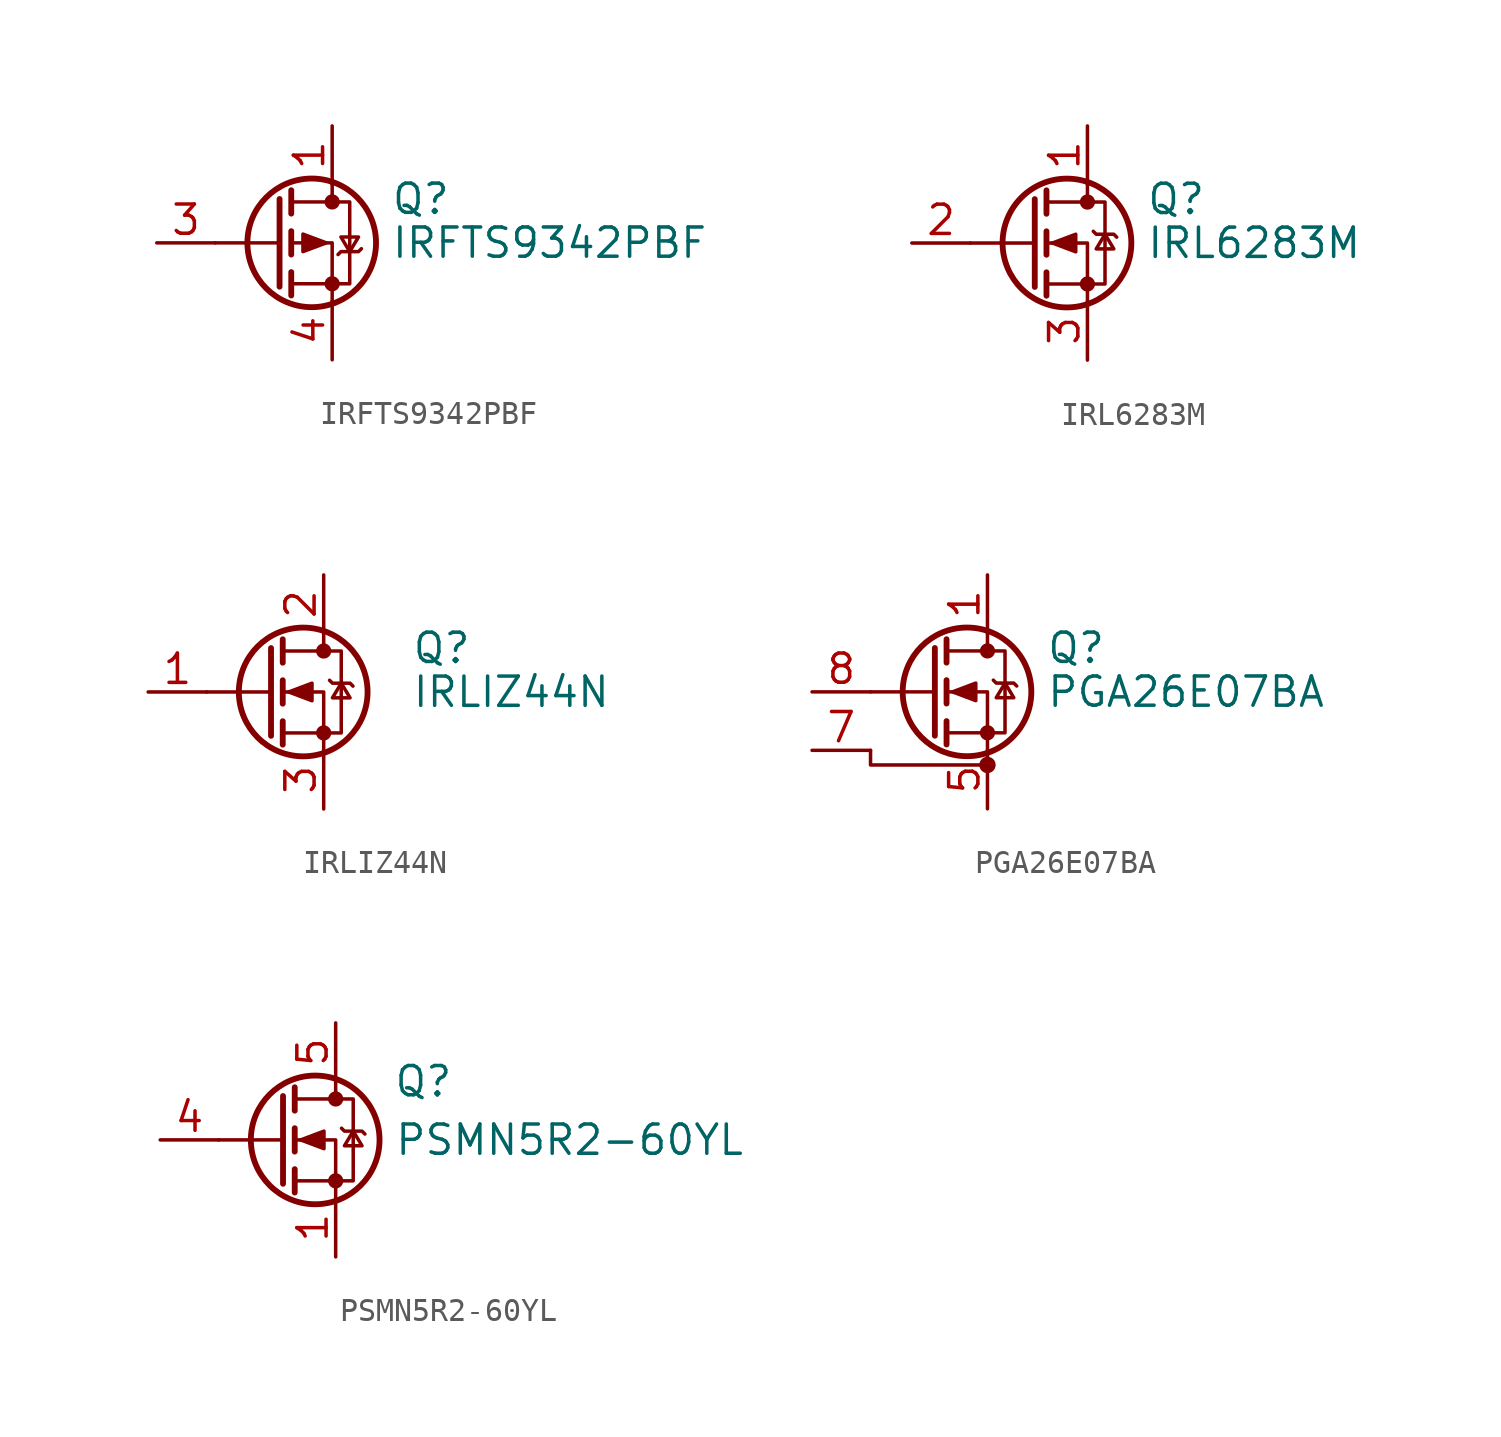
<source format=kicad_sym>
(kicad_symbol_lib
  (version 20220914)
  (generator kicad_symbol_editor)
  (symbol "IRFTS9342PBF"
    (pin_names hide)
    (property "Reference" "Q"
      (at 5.08 1.905 0)
      (effects (font (size 1.27 1.27)) (justify left)))
    (property "Value" "IRFTS9342PBF"
      (at 5.08 0 0)
      (effects (font (size 1.27 1.27)) (justify left)))
    (symbol "IRFTS9342PBF_0_1"
      (polyline (pts (xy 0.254 0) (xy -2.54 0)) (stroke (width 0) (type default)) (fill (type none)))
      (polyline (pts (xy 0.254 1.905) (xy 0.254 -1.905)) (stroke (width 0.254) (type default)) (fill (type none)))
      (polyline (pts (xy 0.762 -1.27) (xy 0.762 -2.286)) (stroke (width 0.254) (type default)) (fill (type none)))
      (polyline (pts (xy 0.762 0.508) (xy 0.762 -0.508)) (stroke (width 0.254) (type default)) (fill (type none)))
      (polyline (pts (xy 0.762 2.286) (xy 0.762 1.27)) (stroke (width 0.254) (type default)) (fill (type none)))
      (polyline (pts (xy 2.54 2.54) (xy 2.54 1.778)) (stroke (width 0) (type default)) (fill (type none)))
      (polyline (pts (xy 2.54 -2.54) (xy 2.54 0) (xy 0.762 0)) (stroke (width 0) (type default)) (fill (type none)))
      (polyline (pts (xy 0.762 1.778) (xy 3.302 1.778) (xy 3.302 -1.778) (xy 0.762 -1.778)) (stroke (width 0) (type default)) (fill (type none)))
      (polyline (pts (xy 2.286 0) (xy 1.27 0.381) (xy 1.27 -0.381) (xy 2.286 0)) (stroke (width 0) (type default)) (fill (type outline)))
      (polyline (pts (xy 2.794 -0.508) (xy 2.921 -0.381) (xy 3.683 -0.381) (xy 3.81 -0.254)) (stroke (width 0) (type default)) (fill (type none)))
      (polyline (pts (xy 3.302 -0.381) (xy 2.921 0.254) (xy 3.683 0.254) (xy 3.302 -0.381)) (stroke (width 0) (type default)) (fill (type none)))
      (circle (center 1.651 0) (radius 2.794) (stroke (width 0.254) (type default)) (fill (type none)))
      (circle (center 2.54 -1.778) (radius 0.254) (stroke (width 0) (type default)) (fill (type outline)))
      (circle (center 2.54 1.778) (radius 0.254) (stroke (width 0) (type default)) (fill (type outline))))
    (symbol "IRFTS9342PBF_1_1"
      (pin passive line (at 2.54 5.08 270) (length 2.54) (name "D" (effects (font (size 1.27 1.27)))) (number "1" (effects (font (size 1.27 1.27)))))
      (pin passive line (at 2.54 5.08 270) (length 2.54) hide (name "D" (effects (font (size 1.27 1.27)))) (number "2" (effects (font (size 1.27 1.27)))))
      (pin input line (at -5.08 0 0) (length 2.54) (name "G" (effects (font (size 1.27 1.27)))) (number "3" (effects (font (size 1.27 1.27)))))
      (pin passive line (at 2.54 -5.08 90) (length 2.54) (name "S" (effects (font (size 1.27 1.27)))) (number "4" (effects (font (size 1.27 1.27)))))
      (pin passive line (at 2.54 5.08 270) (length 2.54) hide (name "D" (effects (font (size 1.27 1.27)))) (number "5" (effects (font (size 1.27 1.27)))))
      (pin passive line (at 2.54 5.08 270) (length 2.54) hide (name "D" (effects (font (size 1.27 1.27)))) (number "6" (effects (font (size 1.27 1.27)))))))
  (symbol "IRL6283M"
    (pin_names hide)
    (property "Reference" "Q"
      (at 5.08 1.905 0)
      (effects (font (size 1.27 1.27)) (justify left)))
    (property "Value" "IRL6283M"
      (at 5.08 0 0)
      (effects (font (size 1.27 1.27)) (justify left)))
    (symbol "IRL6283M_0_1"
      (polyline (pts (xy 0.254 0) (xy -2.54 0)) (stroke (width 0) (type default)) (fill (type none)))
      (polyline (pts (xy 0.254 1.905) (xy 0.254 -1.905)) (stroke (width 0.254) (type default)) (fill (type none)))
      (polyline (pts (xy 0.762 -1.27) (xy 0.762 -2.286)) (stroke (width 0.254) (type default)) (fill (type none)))
      (polyline (pts (xy 0.762 0.508) (xy 0.762 -0.508)) (stroke (width 0.254) (type default)) (fill (type none)))
      (polyline (pts (xy 0.762 2.286) (xy 0.762 1.27)) (stroke (width 0.254) (type default)) (fill (type none)))
      (polyline (pts (xy 2.54 2.54) (xy 2.54 1.778)) (stroke (width 0) (type default)) (fill (type none)))
      (polyline (pts (xy 2.54 -2.54) (xy 2.54 0) (xy 0.762 0)) (stroke (width 0) (type default)) (fill (type none)))
      (polyline (pts (xy 0.762 -1.778) (xy 3.302 -1.778) (xy 3.302 1.778) (xy 0.762 1.778)) (stroke (width 0) (type default)) (fill (type none)))
      (polyline (pts (xy 1.016 0) (xy 2.032 0.381) (xy 2.032 -0.381) (xy 1.016 0)) (stroke (width 0) (type default)) (fill (type outline)))
      (polyline (pts (xy 2.794 0.508) (xy 2.921 0.381) (xy 3.683 0.381) (xy 3.81 0.254)) (stroke (width 0) (type default)) (fill (type none)))
      (polyline (pts (xy 3.302 0.381) (xy 2.921 -0.254) (xy 3.683 -0.254) (xy 3.302 0.381)) (stroke (width 0) (type default)) (fill (type none)))
      (circle (center 1.651 0) (radius 2.794) (stroke (width 0.254) (type default)) (fill (type none)))
      (circle (center 2.54 -1.778) (radius 0.254) (stroke (width 0) (type default)) (fill (type outline)))
      (circle (center 2.54 1.778) (radius 0.254) (stroke (width 0) (type default)) (fill (type outline))))
    (symbol "IRL6283M_1_1"
      (pin passive line (at 2.54 5.08 270) (length 2.54) (name "D" (effects (font (size 1.27 1.27)))) (number "1" (effects (font (size 1.27 1.27)))))
      (pin input line (at -5.08 0 0) (length 2.54) (name "G" (effects (font (size 1.27 1.27)))) (number "2" (effects (font (size 1.27 1.27)))))
      (pin passive line (at 2.54 -5.08 90) (length 2.54) (name "S" (effects (font (size 1.27 1.27)))) (number "3" (effects (font (size 1.27 1.27)))))))
  (symbol "IRLIZ44N"
    (pin_names hide)
    (property "Reference" "Q"
      (at 6.35 1.905 0)
      (effects (font (size 1.27 1.27)) (justify left)))
    (property "Value" "IRLIZ44N"
      (at 6.35 0 0)
      (effects (font (size 1.27 1.27)) (justify left)))
    (symbol "IRLIZ44N_0_1"
      (polyline (pts (xy 0.254 0) (xy -2.54 0)) (stroke (width 0) (type default)) (fill (type none)))
      (polyline (pts (xy 0.254 1.905) (xy 0.254 -1.905)) (stroke (width 0.254) (type default)) (fill (type none)))
      (polyline (pts (xy 0.762 -1.27) (xy 0.762 -2.286)) (stroke (width 0.254) (type default)) (fill (type none)))
      (polyline (pts (xy 0.762 0.508) (xy 0.762 -0.508)) (stroke (width 0.254) (type default)) (fill (type none)))
      (polyline (pts (xy 0.762 2.286) (xy 0.762 1.27)) (stroke (width 0.254) (type default)) (fill (type none)))
      (polyline (pts (xy 2.54 2.54) (xy 2.54 1.778)) (stroke (width 0) (type default)) (fill (type none)))
      (polyline (pts (xy 2.54 -2.54) (xy 2.54 0) (xy 0.762 0)) (stroke (width 0) (type default)) (fill (type none)))
      (polyline (pts (xy 0.762 -1.778) (xy 3.302 -1.778) (xy 3.302 1.778) (xy 0.762 1.778)) (stroke (width 0) (type default)) (fill (type none)))
      (polyline (pts (xy 1.016 0) (xy 2.032 0.381) (xy 2.032 -0.381) (xy 1.016 0)) (stroke (width 0) (type default)) (fill (type outline)))
      (polyline (pts (xy 2.794 0.508) (xy 2.921 0.381) (xy 3.683 0.381) (xy 3.81 0.254)) (stroke (width 0) (type default)) (fill (type none)))
      (polyline (pts (xy 3.302 0.381) (xy 2.921 -0.254) (xy 3.683 -0.254) (xy 3.302 0.381)) (stroke (width 0) (type default)) (fill (type none)))
      (circle (center 1.651 0) (radius 2.794) (stroke (width 0.254) (type default)) (fill (type none)))
      (circle (center 2.54 -1.778) (radius 0.254) (stroke (width 0) (type default)) (fill (type outline)))
      (circle (center 2.54 1.778) (radius 0.254) (stroke (width 0) (type default)) (fill (type outline))))
    (symbol "IRLIZ44N_1_1"
      (pin input line (at -5.08 0 0) (length 2.54) (name "G" (effects (font (size 1.27 1.27)))) (number "1" (effects (font (size 1.27 1.27)))))
      (pin passive line (at 2.54 5.08 270) (length 2.54) (name "D" (effects (font (size 1.27 1.27)))) (number "2" (effects (font (size 1.27 1.27)))))
      (pin passive line (at 2.54 -5.08 90) (length 2.54) (name "S" (effects (font (size 1.27 1.27)))) (number "3" (effects (font (size 1.27 1.27)))))))
  (symbol "PGA26E07BA"
    (pin_names hide)
    (property "Reference" "Q"
      (at 5.08 1.905 0)
      (effects (font (size 1.27 1.27)) (justify left)))
    (property "Value" "PGA26E07BA"
      (at 5.08 0 0)
      (effects (font (size 1.27 1.27)) (justify left)))
    (symbol "PGA26E07BA_0_1"
      (polyline (pts (xy 0.254 0) (xy -2.54 0)) (stroke (width 0) (type default)) (fill (type none)))
      (polyline (pts (xy 0.254 1.905) (xy 0.254 -1.905)) (stroke (width 0.254) (type default)) (fill (type none)))
      (polyline (pts (xy 0.762 -1.27) (xy 0.762 -2.286)) (stroke (width 0.254) (type default)) (fill (type none)))
      (polyline (pts (xy 0.762 0.508) (xy 0.762 -0.508)) (stroke (width 0.254) (type default)) (fill (type none)))
      (polyline (pts (xy 0.762 2.286) (xy 0.762 1.27)) (stroke (width 0.254) (type default)) (fill (type none)))
      (polyline (pts (xy 2.54 2.54) (xy 2.54 1.778)) (stroke (width 0) (type default)) (fill (type none)))
      (polyline (pts (xy -2.54 -2.54) (xy -2.54 -3.175) (xy 2.54 -3.175)) (stroke (width 0) (type default)) (fill (type none)))
      (polyline (pts (xy 2.54 -2.54) (xy 2.54 0) (xy 0.762 0)) (stroke (width 0) (type default)) (fill (type none)))
      (polyline (pts (xy 0.762 -1.778) (xy 3.302 -1.778) (xy 3.302 1.778) (xy 0.762 1.778)) (stroke (width 0) (type default)) (fill (type none)))
      (polyline (pts (xy 1.016 0) (xy 2.032 0.381) (xy 2.032 -0.381) (xy 1.016 0)) (stroke (width 0) (type default)) (fill (type outline)))
      (polyline (pts (xy 2.794 0.508) (xy 2.921 0.381) (xy 3.683 0.381) (xy 3.81 0.254)) (stroke (width 0) (type default)) (fill (type none)))
      (polyline (pts (xy 3.302 0.381) (xy 2.921 -0.254) (xy 3.683 -0.254) (xy 3.302 0.381)) (stroke (width 0) (type default)) (fill (type none)))
      (circle (center 1.651 0) (radius 2.794) (stroke (width 0.254) (type default)) (fill (type none)))
      (circle (center 2.54 -3.175) (radius 0.279) (stroke (width 0) (type default)) (fill (type outline)))
      (circle (center 2.54 -1.778) (radius 0.254) (stroke (width 0) (type default)) (fill (type outline)))
      (circle (center 2.54 1.778) (radius 0.254) (stroke (width 0) (type default)) (fill (type outline))))
    (symbol "PGA26E07BA_1_1"
      (pin passive line (at 2.54 5.08 270) (length 2.54) (name "D" (effects (font (size 1.27 1.27)))) (number "1" (effects (font (size 1.27 1.27)))))
      (pin passive line (at 2.54 5.08 270) (length 2.54) hide (name "D" (effects (font (size 1.27 1.27)))) (number "2" (effects (font (size 1.27 1.27)))))
      (pin passive line (at 2.54 5.08 270) (length 2.54) hide (name "D" (effects (font (size 1.27 1.27)))) (number "3" (effects (font (size 1.27 1.27)))))
      (pin passive line (at 2.54 5.08 270) (length 2.54) hide (name "D" (effects (font (size 1.27 1.27)))) (number "4" (effects (font (size 1.27 1.27)))))
      (pin passive line (at 2.54 -5.08 90) (length 2.54) (name "S2" (effects (font (size 1.27 1.27)))) (number "5" (effects (font (size 1.27 1.27)))))
      (pin passive line (at 2.54 -5.08 90) (length 2.54) hide (name "S2" (effects (font (size 1.27 1.27)))) (number "6" (effects (font (size 1.27 1.27)))))
      (pin passive line (at -5.08 -2.54 0) (length 2.54) (name "S1" (effects (font (size 1.27 1.27)))) (number "7" (effects (font (size 1.27 1.27)))))
      (pin input line (at -5.08 0 0) (length 2.54) (name "G" (effects (font (size 1.27 1.27)))) (number "8" (effects (font (size 1.27 1.27)))))
      (pin passive line (at 2.54 -5.08 90) (length 2.54) hide (name "S2" (effects (font (size 1.27 1.27)))) (number "9" (effects (font (size 1.27 1.27)))))))
  (symbol "PSMN5R2-60YL"
    (pin_names hide)
    (property "Reference" "Q"
      (at 6.35 2.54 0)
      (effects (font (size 1.27 1.27))))
    (property "Value" "PSMN5R2-60YL"
      (at 12.7 0 0)
      (effects (font (size 1.27 1.27))))
    (symbol "PSMN5R2-60YL_0_1"
      (polyline (pts (xy 0.254 0) (xy -2.54 0)) (stroke (width 0) (type default)) (fill (type none)))
      (polyline (pts (xy 0.254 1.905) (xy 0.254 -1.905)) (stroke (width 0.254) (type default)) (fill (type none)))
      (polyline (pts (xy 0.762 -1.27) (xy 0.762 -2.286)) (stroke (width 0.254) (type default)) (fill (type none)))
      (polyline (pts (xy 0.762 0.508) (xy 0.762 -0.508)) (stroke (width 0.254) (type default)) (fill (type none)))
      (polyline (pts (xy 0.762 2.286) (xy 0.762 1.27)) (stroke (width 0.254) (type default)) (fill (type none)))
      (polyline (pts (xy 2.54 2.54) (xy 2.54 1.778)) (stroke (width 0) (type default)) (fill (type none)))
      (polyline (pts (xy 2.54 -2.54) (xy 2.54 0) (xy 0.762 0)) (stroke (width 0) (type default)) (fill (type none)))
      (polyline (pts (xy 0.762 -1.778) (xy 3.302 -1.778) (xy 3.302 1.778) (xy 0.762 1.778)) (stroke (width 0) (type default)) (fill (type none)))
      (polyline (pts (xy 1.016 0) (xy 2.032 0.381) (xy 2.032 -0.381) (xy 1.016 0)) (stroke (width 0) (type default)) (fill (type outline)))
      (polyline (pts (xy 2.794 0.508) (xy 2.921 0.381) (xy 3.683 0.381) (xy 3.81 0.254)) (stroke (width 0) (type default)) (fill (type none)))
      (polyline (pts (xy 3.302 0.381) (xy 2.921 -0.254) (xy 3.683 -0.254) (xy 3.302 0.381)) (stroke (width 0) (type default)) (fill (type none)))
      (circle (center 1.651 0) (radius 2.794) (stroke (width 0.254) (type default)) (fill (type none)))
      (circle (center 2.54 -1.778) (radius 0.254) (stroke (width 0) (type default)) (fill (type outline)))
      (circle (center 2.54 1.778) (radius 0.254) (stroke (width 0) (type default)) (fill (type outline))))
    (symbol "PSMN5R2-60YL_1_1"
      (pin passive line (at 2.54 -5.08 90) (length 2.54) (name "S" (effects (font (size 1.27 1.27)))) (number "1" (effects (font (size 1.27 1.27)))))
      (pin passive line (at 2.54 -5.08 90) (length 2.54) hide (name "S" (effects (font (size 1.27 1.27)))) (number "2" (effects (font (size 1.27 1.27)))))
      (pin passive line (at 2.54 -5.08 90) (length 2.54) hide (name "S" (effects (font (size 1.27 1.27)))) (number "3" (effects (font (size 1.27 1.27)))))
      (pin passive line (at -5.08 0 0) (length 2.54) (name "G" (effects (font (size 1.27 1.27)))) (number "4" (effects (font (size 1.27 1.27)))))
      (pin passive line (at 2.54 5.08 270) (length 2.54) (name "D" (effects (font (size 1.27 1.27)))) (number "5" (effects (font (size 1.27 1.27))))))))
</source>
